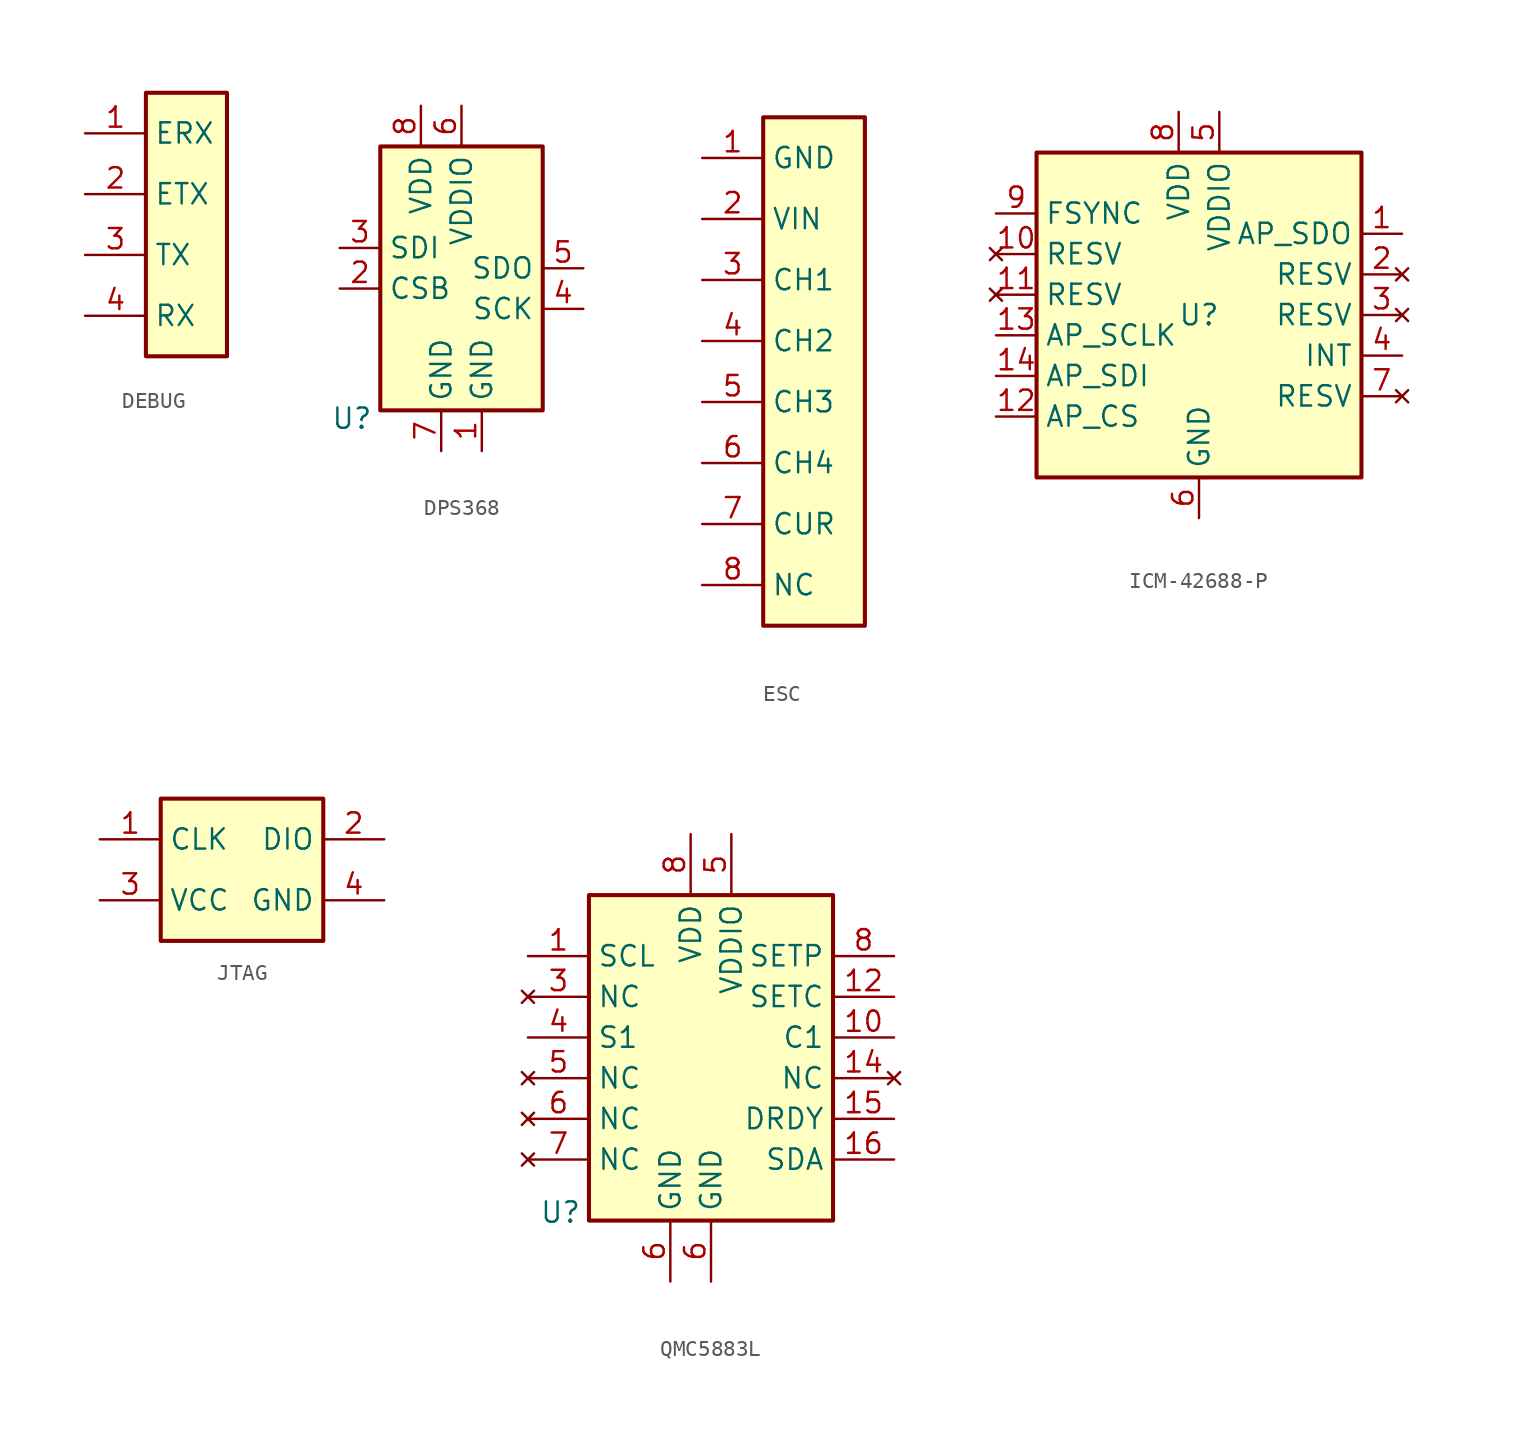
<source format=kicad_sym>
(kicad_symbol_lib
  (version 20241209)
  (generator "kicad_symbol_editor")
  (generator_version "9.0")
  (symbol "DEBUG"
    (property "Reference" "U"
      (at 0 0 0)
      (effects (font (size 1.27 1.27)) (hide yes)))
    (property "Value" ""
      (at 0 0 0)
      (effects (font (size 1.27 1.27))))
    (symbol "DEBUG_0_1"
      (rectangle (start -2.54 7.62) (end 2.54 -8.89) (stroke (width 0.254) (type default)) (fill (type background))))
    (symbol "DEBUG_1_1"
      (pin input line (at -6.35 5.08 0) (length 3.81) (name "ERX" (effects (font (size 1.27 1.27)))) (number "1" (effects (font (size 1.27 1.27)))))
      (pin output line (at -6.35 1.27 0) (length 3.81) (name "ETX" (effects (font (size 1.27 1.27)))) (number "2" (effects (font (size 1.27 1.27)))))
      (pin output line (at -6.35 -2.54 0) (length 3.81) (name "TX" (effects (font (size 1.27 1.27)))) (number "3" (effects (font (size 1.27 1.27)))))
      (pin input line (at -6.35 -6.35 0) (length 3.81) (name "RX" (effects (font (size 1.27 1.27)))) (number "4" (effects (font (size 1.27 1.27)))))))
  (symbol "DPS368"
    (property "Reference" "U"
      (at -11.938 -9.398 0)
      (effects (font (size 1.27 1.27))))
    (property "Value" ""
      (at 0 0 0)
      (effects (font (size 1.27 1.27))))
    (symbol "DPS368_0_1"
      (rectangle (start -10.16 7.62) (end 0 -8.89) (stroke (width 0.254) (type default)) (fill (type background))))
    (symbol "DPS368_1_1"
      (pin bidirectional line (at -12.7 1.27 0) (length 2.54) (name "SDI" (effects (font (size 1.27 1.27)))) (number "3" (effects (font (size 1.27 1.27)))))
      (pin input line (at -12.7 -1.27 0) (length 2.54) (name "CSB" (effects (font (size 1.27 1.27)))) (number "2" (effects (font (size 1.27 1.27)))))
      (pin power_in line (at -7.62 10.16 270) (length 2.54) (name "VDD" (effects (font (size 1.27 1.27)))) (number "8" (effects (font (size 1.27 1.27)))))
      (pin passive line (at -6.35 -11.43 90) (length 2.54) (name "GND" (effects (font (size 1.27 1.27)))) (number "7" (effects (font (size 1.27 1.27)))))
      (pin power_in line (at -5.08 10.16 270) (length 2.54) (name "VDDIO" (effects (font (size 1.27 1.27)))) (number "6" (effects (font (size 1.27 1.27)))))
      (pin passive line (at -3.81 -11.43 90) (length 2.54) (name "GND" (effects (font (size 1.27 1.27)))) (number "1" (effects (font (size 1.27 1.27)))))
      (pin output line (at 2.54 0 180) (length 2.54) (name "SDO" (effects (font (size 1.27 1.27)))) (number "5" (effects (font (size 1.27 1.27)))))
      (pin bidirectional line (at 2.54 -2.54 180) (length 2.54) (name "SCK" (effects (font (size 1.27 1.27)))) (number "4" (effects (font (size 1.27 1.27)))))))
  (symbol "ESC"
    (property "Reference" "U"
      (at 0 0 0)
      (effects (font (size 1.27 1.27)) (hide yes)))
    (property "Value" ""
      (at 0 0 0)
      (effects (font (size 1.27 1.27))))
    (symbol "ESC_0_1"
      (rectangle (start -2.54 11.43) (end 3.81 -20.32) (stroke (width 0.254) (type default)) (fill (type background))))
    (symbol "ESC_1_1"
      (pin passive line (at -6.35 8.89 0) (length 3.81) (name "GND" (effects (font (size 1.27 1.27)))) (number "1" (effects (font (size 1.27 1.27)))))
      (pin power_out line (at -6.35 5.08 0) (length 3.81) (name "VIN" (effects (font (size 1.27 1.27)))) (number "2" (effects (font (size 1.27 1.27)))))
      (pin input line (at -6.35 1.27 0) (length 3.81) (name "CH1" (effects (font (size 1.27 1.27)))) (number "3" (effects (font (size 1.27 1.27)))))
      (pin input line (at -6.35 -2.54 0) (length 3.81) (name "CH2" (effects (font (size 1.27 1.27)))) (number "4" (effects (font (size 1.27 1.27)))))
      (pin input line (at -6.35 -6.35 0) (length 3.81) (name "CH3" (effects (font (size 1.27 1.27)))) (number "5" (effects (font (size 1.27 1.27)))))
      (pin input line (at -6.35 -10.16 0) (length 3.81) (name "CH4" (effects (font (size 1.27 1.27)))) (number "6" (effects (font (size 1.27 1.27)))))
      (pin output line (at -6.35 -13.97 0) (length 3.81) (name "CUR" (effects (font (size 1.27 1.27)))) (number "7" (effects (font (size 1.27 1.27)))))
      (pin input line (at -6.35 -17.78 0) (length 3.81) (name "NC" (effects (font (size 1.27 1.27)))) (number "8" (effects (font (size 1.27 1.27)))))))
  (symbol "ICM-42688-P"
    (property "Reference" "U"
      (at 0 0 0)
      (effects (font (size 1.27 1.27))))
    (property "Value" ""
      (at 0 0 0)
      (effects (font (size 1.27 1.27))))
    (symbol "ICM-42688-P_0_1"
      (rectangle (start -10.16 10.16) (end 10.16 -10.16) (stroke (width 0.254) (type default)) (fill (type background))))
    (symbol "ICM-42688-P_1_1"
      (pin input line (at -12.7 6.35 0) (length 2.54) (name "FSYNC" (effects (font (size 1.27 1.27)))) (number "9" (effects (font (size 1.27 1.27)))))
      (pin no_connect line (at -12.7 3.81 0) (length 2.54) (name "RESV" (effects (font (size 1.27 1.27)))) (number "10" (effects (font (size 1.27 1.27)))))
      (pin no_connect line (at -12.7 1.27 0) (length 2.54) (name "RESV" (effects (font (size 1.27 1.27)))) (number "11" (effects (font (size 1.27 1.27)))))
      (pin input line (at -12.7 -1.27 0) (length 2.54) (name "AP_SCLK" (effects (font (size 1.27 1.27)))) (number "13" (effects (font (size 1.27 1.27)))))
      (pin input line (at -12.7 -3.81 0) (length 2.54) (name "AP_SDI" (effects (font (size 1.27 1.27)))) (number "14" (effects (font (size 1.27 1.27)))))
      (pin input line (at -12.7 -6.35 0) (length 2.54) (name "AP_CS" (effects (font (size 1.27 1.27)))) (number "12" (effects (font (size 1.27 1.27)))))
      (pin power_in line (at -1.27 12.7 270) (length 2.54) (name "VDD" (effects (font (size 1.27 1.27)))) (number "8" (effects (font (size 1.27 1.27)))))
      (pin passive line (at 0 -12.7 90) (length 2.54) (name "GND" (effects (font (size 1.27 1.27)))) (number "6" (effects (font (size 1.27 1.27)))))
      (pin power_in line (at 1.27 12.7 270) (length 2.54) (name "VDDIO" (effects (font (size 1.27 1.27)))) (number "5" (effects (font (size 1.27 1.27)))))
      (pin output line (at 12.7 5.08 180) (length 2.54) (name "AP_SDO" (effects (font (size 1.27 1.27)))) (number "1" (effects (font (size 1.27 1.27)))))
      (pin no_connect line (at 12.7 2.54 180) (length 2.54) (name "RESV" (effects (font (size 1.27 1.27)))) (number "2" (effects (font (size 1.27 1.27)))))
      (pin no_connect line (at 12.7 0 180) (length 2.54) (name "RESV" (effects (font (size 1.27 1.27)))) (number "3" (effects (font (size 1.27 1.27)))))
      (pin output line (at 12.7 -2.54 180) (length 2.54) (name "INT" (effects (font (size 1.27 1.27)))) (number "4" (effects (font (size 1.27 1.27)))))
      (pin no_connect line (at 12.7 -5.08 180) (length 2.54) (name "RESV" (effects (font (size 1.27 1.27)))) (number "7" (effects (font (size 1.27 1.27)))))))
  (symbol "JTAG"
    (property "Reference" "U"
      (at 0 -2.54 0)
      (effects (font (size 1.27 1.27)) (hide yes)))
    (property "Value" ""
      (at 0 0 0)
      (effects (font (size 1.27 1.27))))
    (symbol "JTAG_0_1"
      (rectangle (start -6.35 5.08) (end 3.81 -3.81) (stroke (width 0.254) (type default)) (fill (type background))))
    (symbol "JTAG_1_1"
      (pin input line (at -10.16 2.54 0) (length 3.81) (name "CLK" (effects (font (size 1.27 1.27)))) (number "1" (effects (font (size 1.27 1.27)))))
      (pin input line (at -10.16 -1.27 0) (length 3.81) (name "VCC" (effects (font (size 1.27 1.27)))) (number "3" (effects (font (size 1.27 1.27)))))
      (pin input line (at 7.62 2.54 180) (length 3.81) (name "DIO" (effects (font (size 1.27 1.27)))) (number "2" (effects (font (size 1.27 1.27)))))
      (pin input line (at 7.62 -1.27 180) (length 3.81) (name "GND" (effects (font (size 1.27 1.27)))) (number "4" (effects (font (size 1.27 1.27)))))))
  (symbol "QMC5883L"
    (property "Reference" "U"
      (at -11.938 -9.652 0)
      (effects (font (size 1.27 1.27))))
    (property "Value" ""
      (at 0 0 0)
      (effects (font (size 1.27 1.27))))
    (symbol "QMC5883L_0_1"
      (rectangle (start -10.16 10.16) (end 5.08 -10.16) (stroke (width 0.254) (type default)) (fill (type background))))
    (symbol "QMC5883L_1_1"
      (pin input line (at -13.97 6.35 0) (length 3.81) (name "SCL" (effects (font (size 1.27 1.27)))) (number "1" (effects (font (size 1.27 1.27)))))
      (pin no_connect line (at -13.97 3.81 0) (length 3.81) (name "NC" (effects (font (size 1.27 1.27)))) (number "3" (effects (font (size 1.27 1.27)))))
      (pin power_in line (at -13.97 1.27 0) (length 3.81) (name "S1" (effects (font (size 1.27 1.27)))) (number "4" (effects (font (size 1.27 1.27)))))
      (pin no_connect line (at -13.97 -1.27 0) (length 3.81) (name "NC" (effects (font (size 1.27 1.27)))) (number "5" (effects (font (size 1.27 1.27)))))
      (pin no_connect line (at -13.97 -3.81 0) (length 3.81) (name "NC" (effects (font (size 1.27 1.27)))) (number "6" (effects (font (size 1.27 1.27)))))
      (pin no_connect line (at -13.97 -6.35 0) (length 3.81) (name "NC" (effects (font (size 1.27 1.27)))) (number "7" (effects (font (size 1.27 1.27)))))
      (pin passive line (at -5.08 -13.97 90) (length 3.81) (name "GND" (effects (font (size 1.27 1.27)))) (number "6" (effects (font (size 1.27 1.27)))))
      (pin power_in line (at -3.81 13.97 270) (length 3.81) (name "VDD" (effects (font (size 1.27 1.27)))) (number "8" (effects (font (size 1.27 1.27)))))
      (pin passive line (at -2.54 -13.97 90) (length 3.81) (name "GND" (effects (font (size 1.27 1.27)))) (number "6" (effects (font (size 1.27 1.27)))))
      (pin power_in line (at -1.27 13.97 270) (length 3.81) (name "VDDIO" (effects (font (size 1.27 1.27)))) (number "5" (effects (font (size 1.27 1.27)))))
      (pin passive line (at 8.89 6.35 180) (length 3.81) (name "SETP" (effects (font (size 1.27 1.27)))) (number "8" (effects (font (size 1.27 1.27)))))
      (pin output line (at 8.89 3.81 180) (length 3.81) (name "SETC" (effects (font (size 1.27 1.27)))) (number "12" (effects (font (size 1.27 1.27)))))
      (pin passive line (at 8.89 1.27 180) (length 3.81) (name "C1" (effects (font (size 1.27 1.27)))) (number "10" (effects (font (size 1.27 1.27)))))
      (pin no_connect line (at 8.89 -1.27 180) (length 3.81) (name "NC" (effects (font (size 1.27 1.27)))) (number "14" (effects (font (size 1.27 1.27)))))
      (pin bidirectional line (at 8.89 -3.81 180) (length 3.81) (name "DRDY" (effects (font (size 1.27 1.27)))) (number "15" (effects (font (size 1.27 1.27)))))
      (pin bidirectional line (at 8.89 -6.35 180) (length 3.81) (name "SDA" (effects (font (size 1.27 1.27)))) (number "16" (effects (font (size 1.27 1.27))))))))
</source>
